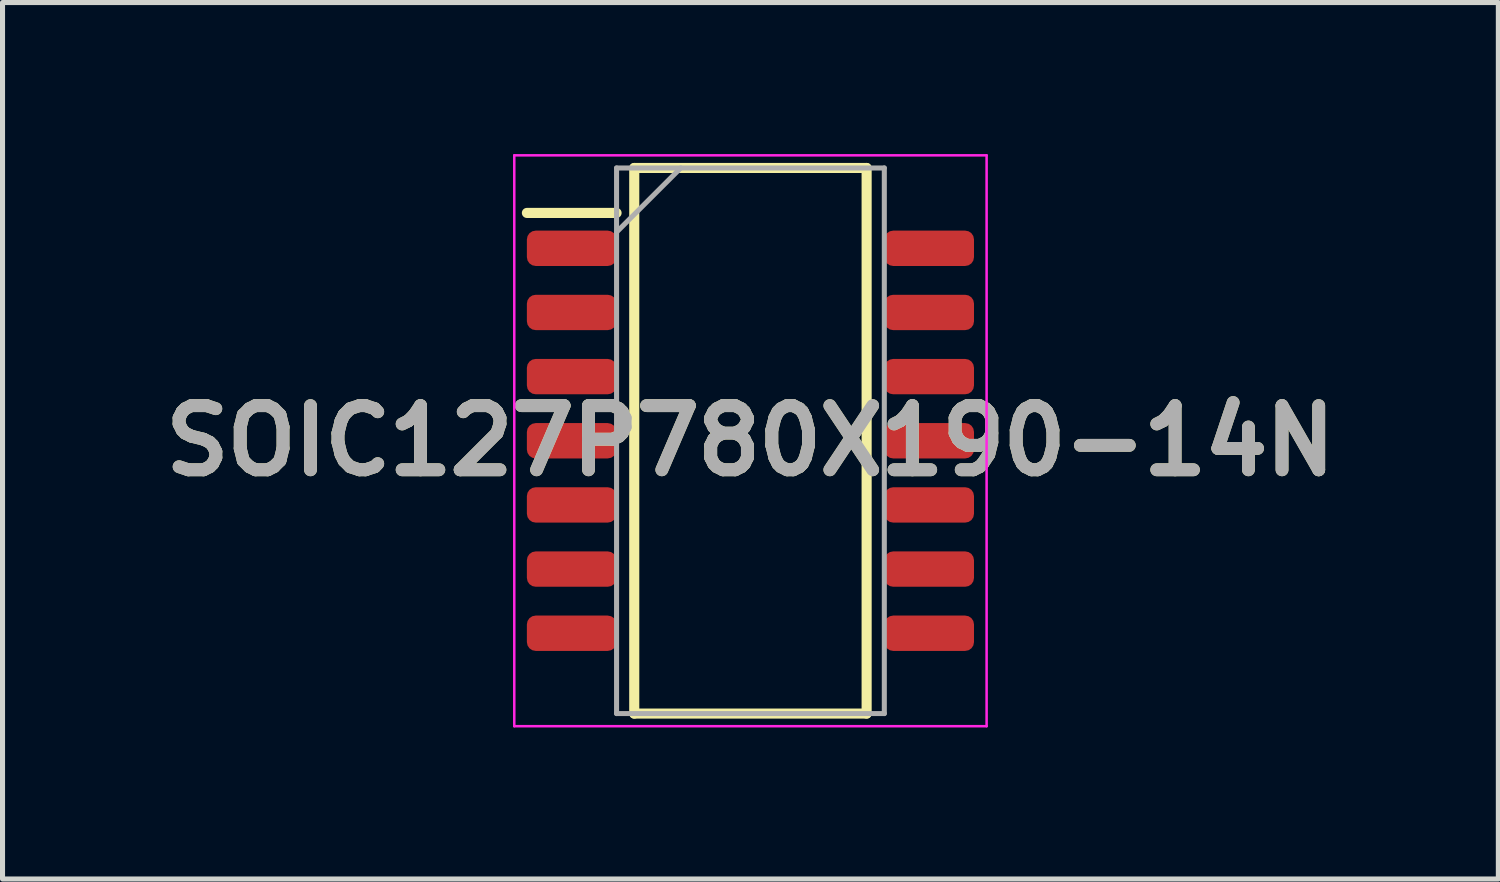
<source format=kicad_pcb>
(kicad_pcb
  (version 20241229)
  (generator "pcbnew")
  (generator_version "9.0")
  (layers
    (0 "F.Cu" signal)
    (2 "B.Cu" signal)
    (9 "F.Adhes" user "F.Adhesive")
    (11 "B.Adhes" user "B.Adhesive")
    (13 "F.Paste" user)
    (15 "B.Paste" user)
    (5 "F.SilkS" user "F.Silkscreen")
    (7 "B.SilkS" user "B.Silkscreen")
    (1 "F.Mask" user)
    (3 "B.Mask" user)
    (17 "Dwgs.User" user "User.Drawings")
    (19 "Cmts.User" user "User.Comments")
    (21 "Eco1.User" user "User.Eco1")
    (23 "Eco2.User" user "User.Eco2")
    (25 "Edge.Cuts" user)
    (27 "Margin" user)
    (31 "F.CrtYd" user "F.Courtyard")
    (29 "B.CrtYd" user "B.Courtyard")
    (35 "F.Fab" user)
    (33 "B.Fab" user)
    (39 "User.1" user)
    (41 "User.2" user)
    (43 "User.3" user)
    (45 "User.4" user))
  (footprint "SOIC127P780X190-14N"
    (layer "F.Cu")
    (at 11.805 5.675)
    (property "Reference" "SOIC127P780X190-14N" (at 0 0 0) (layer "F.SilkS") (effects (font (size 1.27 1.27) (thickness 0.254))))
    (attr smd)
    (fp_line (start -4.425 -4.51) (end -2.65 -4.51) (stroke (width 0.2) (type solid)) (layer "F.SilkS"))
    (fp_line (start -2.3 -5.4) (end 2.3 -5.4) (stroke (width 0.2) (type solid)) (layer "F.SilkS"))
    (fp_line (start -2.3 5.4) (end -2.3 -5.4) (stroke (width 0.2) (type solid)) (layer "F.SilkS"))
    (fp_line (start 2.3 -5.4) (end 2.3 5.4) (stroke (width 0.2) (type solid)) (layer "F.SilkS"))
    (fp_line (start 2.3 5.4) (end -2.3 5.4) (stroke (width 0.2) (type solid)) (layer "F.SilkS"))
    (fp_line (start -4.675 -5.65) (end 4.675 -5.65) (stroke (width 0.05) (type solid)) (layer "F.CrtYd"))
    (fp_line (start -4.675 5.65) (end -4.675 -5.65) (stroke (width 0.05) (type solid)) (layer "F.CrtYd"))
    (fp_line (start 4.675 -5.65) (end 4.675 5.65) (stroke (width 0.05) (type solid)) (layer "F.CrtYd"))
    (fp_line (start 4.675 5.65) (end -4.675 5.65) (stroke (width 0.05) (type solid)) (layer "F.CrtYd"))
    (fp_line (start -2.65 -5.4) (end 2.65 -5.4) (stroke (width 0.1) (type solid)) (layer "F.Fab"))
    (fp_line (start -2.65 -4.13) (end -1.38 -5.4) (stroke (width 0.1) (type solid)) (layer "F.Fab"))
    (fp_line (start -2.65 5.4) (end -2.65 -5.4) (stroke (width 0.1) (type solid)) (layer "F.Fab"))
    (fp_line (start 2.65 -5.4) (end 2.65 5.4) (stroke (width 0.1) (type solid)) (layer "F.Fab"))
    (fp_line (start 2.65 5.4) (end -2.65 5.4) (stroke (width 0.1) (type solid)) (layer "F.Fab"))
    (fp_text user "${REFERENCE}" (at 0 0 0) (layer "F.Fab") (effects (font (size 1.27 1.27) (thickness 0.254))))
    (pad "1" smd roundrect (at -3.538 -3.81 90) (size 0.7 1.775) (layers "F.Cu" "F.Mask" "F.Paste") (roundrect_rratio 0.25))
    (pad "2" smd roundrect (at -3.538 -2.54 90) (size 0.7 1.775) (layers "F.Cu" "F.Mask" "F.Paste") (roundrect_rratio 0.25))
    (pad "3" smd roundrect (at -3.538 -1.27 90) (size 0.7 1.775) (layers "F.Cu" "F.Mask" "F.Paste") (roundrect_rratio 0.25))
    (pad "4" smd roundrect (at -3.538 0 90) (size 0.7 1.775) (layers "F.Cu" "F.Mask" "F.Paste") (roundrect_rratio 0.25))
    (pad "5" smd roundrect (at -3.538 1.27 90) (size 0.7 1.775) (layers "F.Cu" "F.Mask" "F.Paste") (roundrect_rratio 0.25))
    (pad "6" smd roundrect (at -3.538 2.54 90) (size 0.7 1.775) (layers "F.Cu" "F.Mask" "F.Paste") (roundrect_rratio 0.25))
    (pad "7" smd roundrect (at -3.538 3.81 90) (size 0.7 1.775) (layers "F.Cu" "F.Mask" "F.Paste") (roundrect_rratio 0.25))
    (pad "8" smd roundrect (at 3.538 3.81 90) (size 0.7 1.775) (layers "F.Cu" "F.Mask" "F.Paste") (roundrect_rratio 0.25))
    (pad "9" smd roundrect (at 3.538 2.54 90) (size 0.7 1.775) (layers "F.Cu" "F.Mask" "F.Paste") (roundrect_rratio 0.25))
    (pad "10" smd roundrect (at 3.538 1.27 90) (size 0.7 1.775) (layers "F.Cu" "F.Mask" "F.Paste") (roundrect_rratio 0.25))
    (pad "11" smd roundrect (at 3.538 0 90) (size 0.7 1.775) (layers "F.Cu" "F.Mask" "F.Paste") (roundrect_rratio 0.25))
    (pad "12" smd roundrect (at 3.538 -1.27 90) (size 0.7 1.775) (layers "F.Cu" "F.Mask" "F.Paste") (roundrect_rratio 0.25))
    (pad "13" smd roundrect (at 3.538 -2.54 90) (size 0.7 1.775) (layers "F.Cu" "F.Mask" "F.Paste") (roundrect_rratio 0.25))
    (pad "14" smd roundrect (at 3.538 -3.81 90) (size 0.7 1.775) (layers "F.Cu" "F.Mask" "F.Paste") (roundrect_rratio 0.25)))
  (gr_rect
    (start -3 -3)
    (end 26.61 14.35)
    (stroke (width 0.1) (type default))
    (fill no)
    (layer "Edge.Cuts")))
</source>
